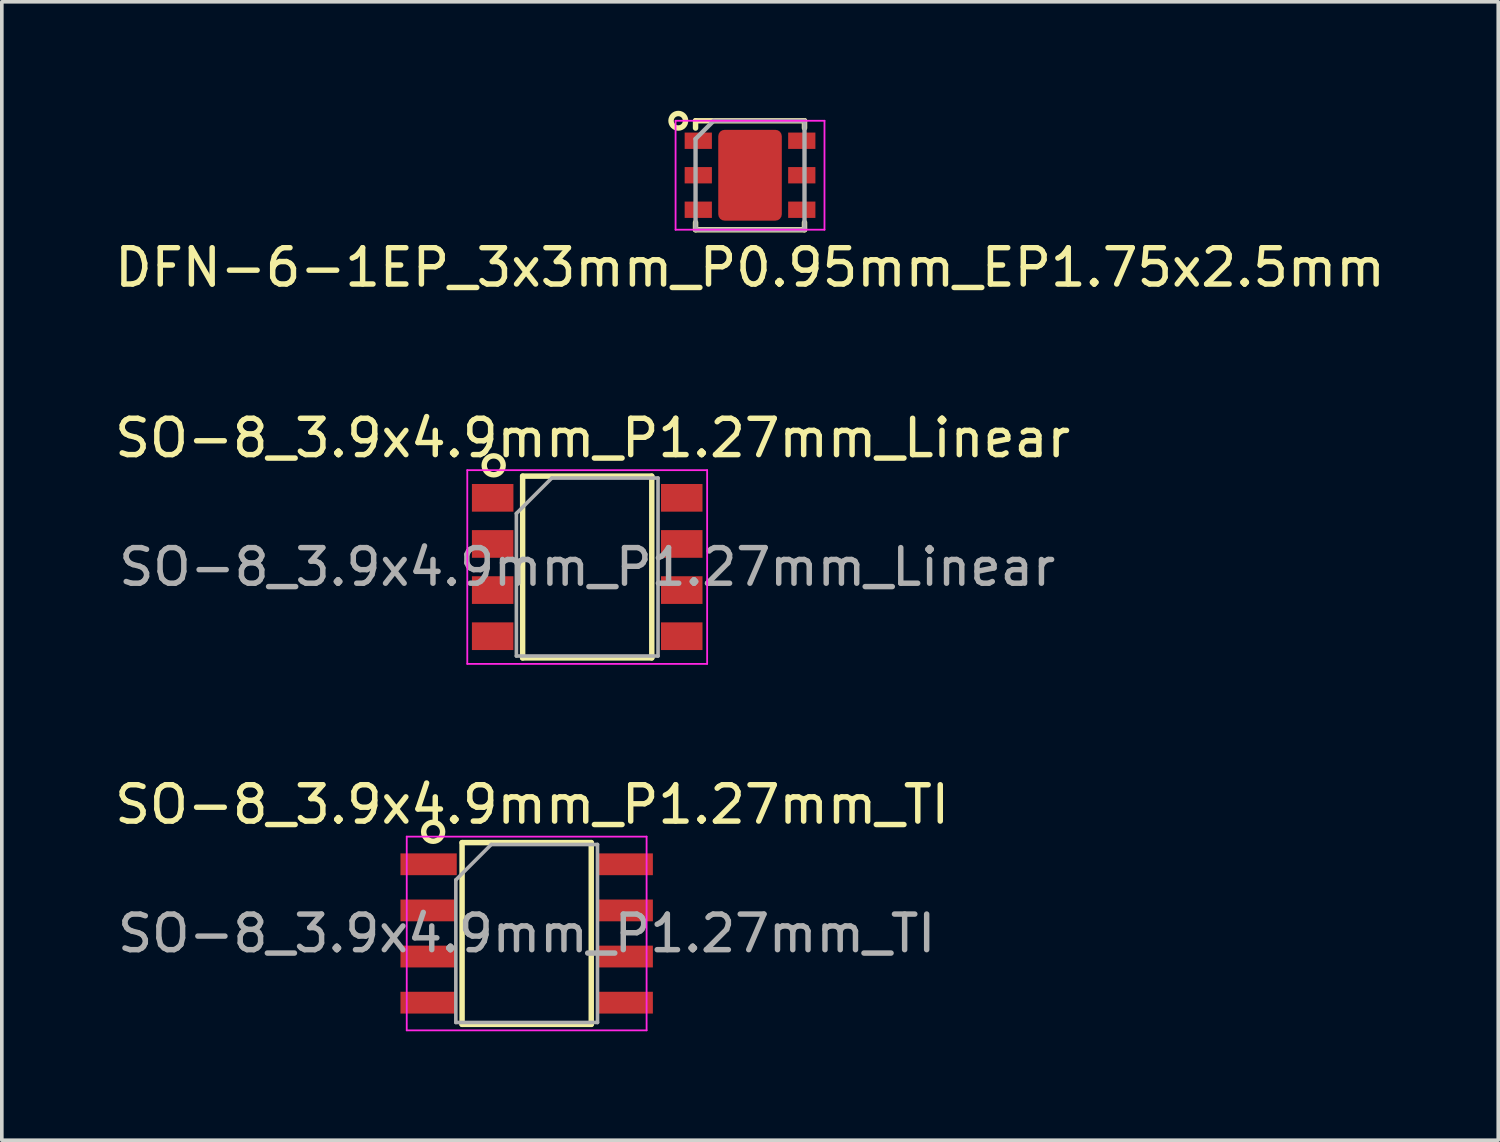
<source format=kicad_pcb>
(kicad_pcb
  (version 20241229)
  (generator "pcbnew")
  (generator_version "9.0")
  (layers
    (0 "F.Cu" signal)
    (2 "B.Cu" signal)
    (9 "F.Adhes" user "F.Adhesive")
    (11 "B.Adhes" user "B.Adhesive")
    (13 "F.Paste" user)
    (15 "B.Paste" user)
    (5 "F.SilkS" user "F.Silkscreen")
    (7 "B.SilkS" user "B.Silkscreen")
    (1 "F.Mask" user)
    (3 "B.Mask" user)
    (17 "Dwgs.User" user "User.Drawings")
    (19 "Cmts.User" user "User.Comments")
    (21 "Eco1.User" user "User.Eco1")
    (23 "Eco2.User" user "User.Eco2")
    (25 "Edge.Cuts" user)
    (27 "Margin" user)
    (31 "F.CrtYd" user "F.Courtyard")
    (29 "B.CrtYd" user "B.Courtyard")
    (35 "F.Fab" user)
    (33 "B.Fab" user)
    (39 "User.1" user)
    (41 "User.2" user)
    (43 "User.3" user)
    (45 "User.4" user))
  (footprint "DFN-6-1EP_3x3mm_P0.95mm_EP1.75x2.5mm"
    (layer "F.Cu")
    (at 17.601 1.775)
    (property "Reference" "DFN-6-1EP_3x3mm_P0.95mm_EP1.75x2.5mm" (at 0 2.54 0) (layer "F.SilkS") (effects (font (size 1 1) (thickness 0.15))))
    (attr smd)
    (fp_line (start -1.5 -1.5) (end -1.5 -1.3) (stroke (width 0.15) (type solid)) (layer "F.SilkS"))
    (fp_line (start -1.5 -1.5) (end 1.5 -1.5) (stroke (width 0.15) (type solid)) (layer "F.SilkS"))
    (fp_line (start -1.5 1.5) (end -1.5 1.3) (stroke (width 0.15) (type solid)) (layer "F.SilkS"))
    (fp_line (start -1.5 1.5) (end 1.5 1.5) (stroke (width 0.15) (type solid)) (layer "F.SilkS"))
    (fp_line (start 1.5 -1.3) (end 1.5 -1.5) (stroke (width 0.15) (type solid)) (layer "F.SilkS"))
    (fp_line (start 1.5 1.5) (end 1.5 1.3) (stroke (width 0.15) (type solid)) (layer "F.SilkS"))
    (fp_circle (center -1.975 -1.5) (end -1.775 -1.5) (stroke (width 0.15) (type solid)) (fill no) (layer "F.SilkS"))
    (fp_line (start -2.05 -1.5) (end -2.05 1.5) (stroke (width 0.05) (type solid)) (layer "F.CrtYd"))
    (fp_line (start -2.05 -1.5) (end 2.05 -1.5) (stroke (width 0.05) (type solid)) (layer "F.CrtYd"))
    (fp_line (start 2.05 -1.5) (end 2.05 1.5) (stroke (width 0.05) (type solid)) (layer "F.CrtYd"))
    (fp_line (start 2.05 1.5) (end -2.05 1.5) (stroke (width 0.05) (type solid)) (layer "F.CrtYd"))
    (fp_line (start -1.5 -1) (end -1.5 1.5) (stroke (width 0.12) (type solid)) (layer "F.Fab"))
    (fp_line (start -1.5 -1) (end -1 -1.5) (stroke (width 0.12) (type solid)) (layer "F.Fab"))
    (fp_line (start -1.5 1.5) (end 1.5 1.5) (stroke (width 0.12) (type solid)) (layer "F.Fab"))
    (fp_line (start 1.5 -1.5) (end -1 -1.5) (stroke (width 0.12) (type solid)) (layer "F.Fab"))
    (fp_line (start 1.5 1.5) (end 1.5 -1.5) (stroke (width 0.12) (type solid)) (layer "F.Fab"))
    (pad "1" smd rect (at -1.425 -0.95) (size 0.75 0.45) (layers "F.Cu" "F.Mask" "F.Paste"))
    (pad "2" smd rect (at -1.425 0) (size 0.75 0.45) (layers "F.Cu" "F.Mask" "F.Paste"))
    (pad "3" smd rect (at -1.425 0.95) (size 0.75 0.45) (layers "F.Cu" "F.Mask" "F.Paste"))
    (pad "4" smd roundrect (at 0 0) (size 1.75 2.5) (layers "F.Cu" "F.Mask" "F.Paste") (roundrect_rratio 0.1))
    (pad "4" smd rect (at 1.425 0.95) (size 0.75 0.45) (layers "F.Cu" "F.Mask" "F.Paste"))
    (pad "5" smd rect (at 1.425 0) (size 0.75 0.45) (layers "F.Cu" "F.Mask" "F.Paste"))
    (pad "6" smd rect (at 1.425 -0.95) (size 0.75 0.45) (layers "F.Cu" "F.Mask" "F.Paste")))
  (footprint "SO-8_3.9x4.9mm_P1.27mm_TI"
    (layer "F.Cu")
    (at 11.451 22.652)
    (property "Reference" "SO-8_3.9x4.9mm_P1.27mm_TI" (at 0.15 -3.55 0) (layer "F.SilkS") (effects (font (size 1 1) (thickness 0.15))))
    (attr smd)
    (fp_line (start -1.778 -2.502) (end -1.778 2.502) (stroke (width 0.15) (type solid)) (layer "F.SilkS"))
    (fp_line (start -1.778 2.502) (end 1.778 2.502) (stroke (width 0.15) (type solid)) (layer "F.SilkS"))
    (fp_line (start 1.778 -2.502) (end -1.778 -2.502) (stroke (width 0.15) (type solid)) (layer "F.SilkS"))
    (fp_line (start 1.778 2.502) (end 1.778 -2.502) (stroke (width 0.15) (type solid)) (layer "F.SilkS"))
    (fp_circle (center -2.575 -2.8) (end -2.825 -2.875) (stroke (width 0.15) (type solid)) (fill no) (layer "F.SilkS"))
    (fp_line (start -3.302 -2.667) (end -3.302 2.667) (stroke (width 0.05) (type solid)) (layer "F.CrtYd"))
    (fp_line (start -3.302 2.667) (end 3.302 2.667) (stroke (width 0.05) (type solid)) (layer "F.CrtYd"))
    (fp_line (start 3.302 -2.667) (end -3.302 -2.667) (stroke (width 0.05) (type solid)) (layer "F.CrtYd"))
    (fp_line (start 3.302 2.667) (end 3.302 -2.667) (stroke (width 0.05) (type solid)) (layer "F.CrtYd"))
    (fp_line (start -1.95 -1.475) (end -0.975 -2.45) (stroke (width 0.1) (type solid)) (layer "F.Fab"))
    (fp_line (start -1.95 2.45) (end -1.95 -1.475) (stroke (width 0.1) (type solid)) (layer "F.Fab"))
    (fp_line (start -0.975 -2.45) (end 1.95 -2.45) (stroke (width 0.1) (type solid)) (layer "F.Fab"))
    (fp_line (start 1.95 -2.45) (end 1.95 2.45) (stroke (width 0.1) (type solid)) (layer "F.Fab"))
    (fp_line (start 1.95 2.45) (end -1.95 2.45) (stroke (width 0.1) (type solid)) (layer "F.Fab"))
    (fp_text user "${REFERENCE}" (at 0 0 0) (layer "F.Fab") (effects (font (size 0.98 0.98) (thickness 0.15))))
    (pad "1" smd rect (at -2.7 -1.905) (size 1.55 0.6) (layers "F.Cu" "F.Mask" "F.Paste"))
    (pad "2" smd rect (at -2.7 -0.635) (size 1.55 0.6) (layers "F.Cu" "F.Mask" "F.Paste"))
    (pad "3" smd rect (at -2.7 0.635) (size 1.55 0.6) (layers "F.Cu" "F.Mask" "F.Paste"))
    (pad "4" smd rect (at -2.7 1.905) (size 1.55 0.6) (layers "F.Cu" "F.Mask" "F.Paste"))
    (pad "5" smd rect (at 2.7 1.905) (size 1.55 0.6) (layers "F.Cu" "F.Mask" "F.Paste"))
    (pad "6" smd rect (at 2.7 0.635) (size 1.55 0.6) (layers "F.Cu" "F.Mask" "F.Paste"))
    (pad "7" smd rect (at 2.7 -0.635) (size 1.55 0.6) (layers "F.Cu" "F.Mask" "F.Paste"))
    (pad "8" smd rect (at 2.7 -1.905) (size 1.55 0.6) (layers "F.Cu" "F.Mask" "F.Paste")))
  (footprint "SO-8_3.9x4.9mm_P1.27mm_Linear"
    (layer "F.Cu")
    (at 13.118 12.562)
    (property "Reference" "SO-8_3.9x4.9mm_P1.27mm_Linear" (at 0.15 -3.55 0) (layer "F.SilkS") (effects (font (size 1 1) (thickness 0.15))))
    (attr smd)
    (fp_line (start -1.778 -2.502) (end -1.778 2.502) (stroke (width 0.15) (type solid)) (layer "F.SilkS"))
    (fp_line (start -1.778 2.502) (end 1.778 2.502) (stroke (width 0.15) (type solid)) (layer "F.SilkS"))
    (fp_line (start 1.778 -2.502) (end -1.778 -2.502) (stroke (width 0.15) (type solid)) (layer "F.SilkS"))
    (fp_line (start 1.778 2.502) (end 1.778 -2.502) (stroke (width 0.15) (type solid)) (layer "F.SilkS"))
    (fp_circle (center -2.575 -2.8) (end -2.825 -2.875) (stroke (width 0.15) (type solid)) (fill no) (layer "F.SilkS"))
    (fp_line (start -3.302 -2.667) (end -3.302 2.667) (stroke (width 0.05) (type solid)) (layer "F.CrtYd"))
    (fp_line (start -3.302 2.667) (end 3.302 2.667) (stroke (width 0.05) (type solid)) (layer "F.CrtYd"))
    (fp_line (start 3.302 -2.667) (end -3.302 -2.667) (stroke (width 0.05) (type solid)) (layer "F.CrtYd"))
    (fp_line (start 3.302 2.667) (end 3.302 -2.667) (stroke (width 0.05) (type solid)) (layer "F.CrtYd"))
    (fp_line (start -1.95 -1.475) (end -0.975 -2.45) (stroke (width 0.1) (type solid)) (layer "F.Fab"))
    (fp_line (start -1.95 2.45) (end -1.95 -1.475) (stroke (width 0.1) (type solid)) (layer "F.Fab"))
    (fp_line (start -0.975 -2.45) (end 1.95 -2.45) (stroke (width 0.1) (type solid)) (layer "F.Fab"))
    (fp_line (start 1.95 -2.45) (end 1.95 2.45) (stroke (width 0.1) (type solid)) (layer "F.Fab"))
    (fp_line (start 1.95 2.45) (end -1.95 2.45) (stroke (width 0.1) (type solid)) (layer "F.Fab"))
    (fp_text user "${REFERENCE}" (at 0 0 0) (layer "F.Fab") (effects (font (size 0.98 0.98) (thickness 0.15))))
    (pad "1" smd rect (at -2.603 -1.905) (size 1.143 0.762) (layers "F.Cu" "F.Mask" "F.Paste"))
    (pad "2" smd rect (at -2.603 -0.635) (size 1.143 0.762) (layers "F.Cu" "F.Mask" "F.Paste"))
    (pad "3" smd rect (at -2.603 0.635) (size 1.143 0.762) (layers "F.Cu" "F.Mask" "F.Paste"))
    (pad "4" smd rect (at -2.603 1.905) (size 1.143 0.762) (layers "F.Cu" "F.Mask" "F.Paste"))
    (pad "5" smd rect (at 2.603 1.905) (size 1.143 0.762) (layers "F.Cu" "F.Mask" "F.Paste"))
    (pad "6" smd rect (at 2.603 0.635) (size 1.143 0.762) (layers "F.Cu" "F.Mask" "F.Paste"))
    (pad "7" smd rect (at 2.603 -0.635) (size 1.143 0.762) (layers "F.Cu" "F.Mask" "F.Paste"))
    (pad "8" smd rect (at 2.603 -1.905) (size 1.143 0.762) (layers "F.Cu" "F.Mask" "F.Paste")))
  (gr_rect
    (start -3 -3)
    (end 38.202 28.344)
    (stroke (width 0.1) (type default))
    (fill no)
    (layer "Edge.Cuts")))
</source>
